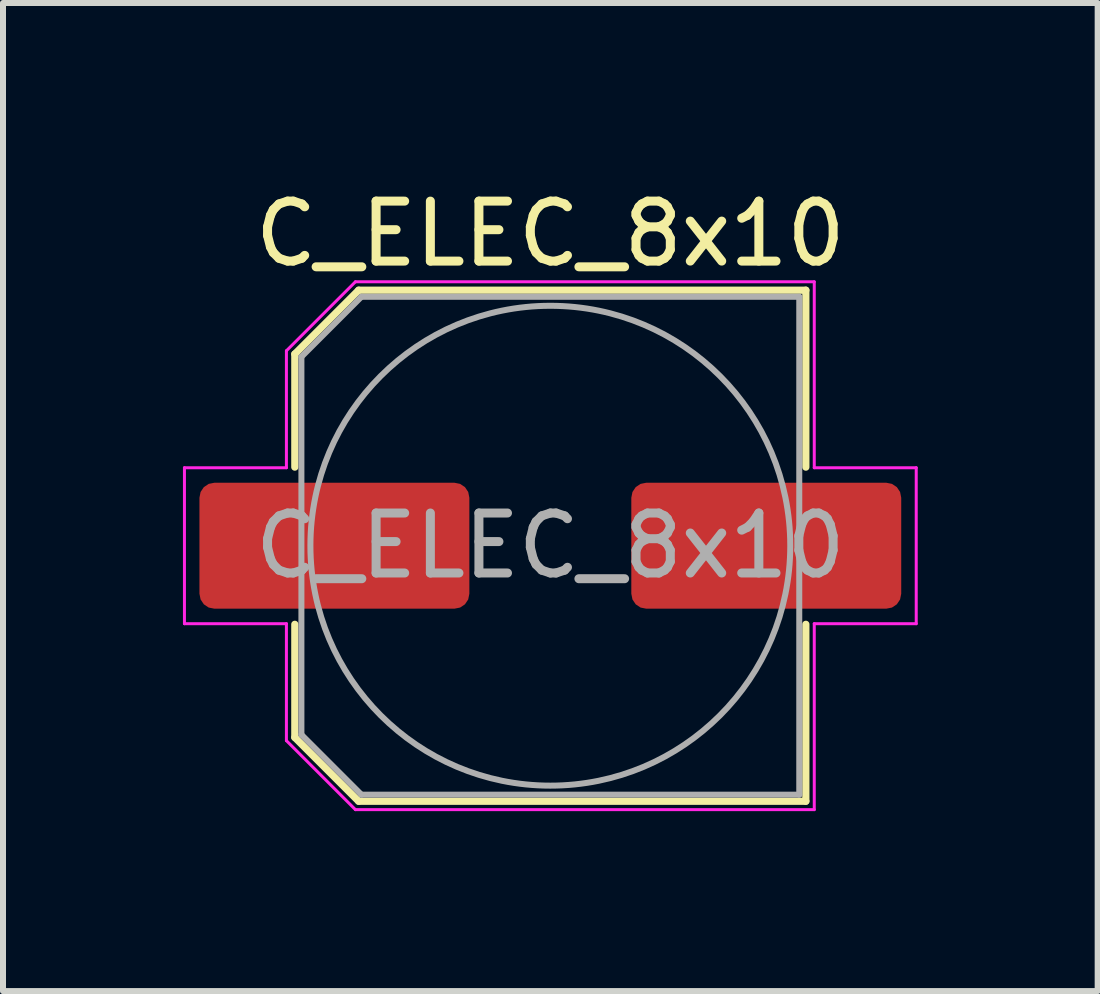
<source format=kicad_pcb>
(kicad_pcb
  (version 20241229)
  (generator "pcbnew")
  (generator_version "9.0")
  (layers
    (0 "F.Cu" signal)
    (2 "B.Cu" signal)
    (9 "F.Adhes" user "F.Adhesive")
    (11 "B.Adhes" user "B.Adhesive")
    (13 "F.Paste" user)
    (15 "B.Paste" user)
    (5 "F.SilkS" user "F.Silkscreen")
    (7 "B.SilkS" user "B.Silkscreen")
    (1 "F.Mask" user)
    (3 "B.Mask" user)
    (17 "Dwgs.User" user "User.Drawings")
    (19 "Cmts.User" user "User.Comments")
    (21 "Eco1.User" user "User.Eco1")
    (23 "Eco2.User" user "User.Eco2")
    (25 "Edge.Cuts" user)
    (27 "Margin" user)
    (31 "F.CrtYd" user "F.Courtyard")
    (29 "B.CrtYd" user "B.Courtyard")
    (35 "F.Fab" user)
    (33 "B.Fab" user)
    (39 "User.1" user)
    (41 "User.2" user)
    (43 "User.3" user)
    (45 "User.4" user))
  (footprint "C_ELEC_8x10"
    (layer "F.Cu")
    (at 6.125 6.048)
    (property "Reference" "C_ELEC_8x10" (at 0 -5.2 0) (layer "F.SilkS") (effects (font (size 1 1) (thickness 0.15))))
    (attr smd)
    (fp_line (start -4.26 -3.196) (end -4.26 -1.31) (stroke (width 0.12) (type solid)) (layer "F.SilkS"))
    (fp_line (start -4.26 -3.196) (end -3.196 -4.26) (stroke (width 0.12) (type solid)) (layer "F.SilkS"))
    (fp_line (start -4.26 3.196) (end -4.26 1.31) (stroke (width 0.12) (type solid)) (layer "F.SilkS"))
    (fp_line (start -4.26 3.196) (end -3.196 4.26) (stroke (width 0.12) (type solid)) (layer "F.SilkS"))
    (fp_line (start -3.196 -4.26) (end 4.26 -4.26) (stroke (width 0.12) (type solid)) (layer "F.SilkS"))
    (fp_line (start -3.196 4.26) (end 4.26 4.26) (stroke (width 0.12) (type solid)) (layer "F.SilkS"))
    (fp_line (start 4.26 -4.26) (end 4.26 -1.31) (stroke (width 0.12) (type solid)) (layer "F.SilkS"))
    (fp_line (start 4.26 4.26) (end 4.26 1.31) (stroke (width 0.12) (type solid)) (layer "F.SilkS"))
    (fp_line (start -6.1 -1.3) (end -6.1 1.3) (stroke (width 0.05) (type solid)) (layer "F.CrtYd"))
    (fp_line (start -6.1 1.3) (end -4.4 1.3) (stroke (width 0.05) (type solid)) (layer "F.CrtYd"))
    (fp_line (start -4.4 -3.25) (end -4.4 -1.3) (stroke (width 0.05) (type solid)) (layer "F.CrtYd"))
    (fp_line (start -4.4 -3.25) (end -3.25 -4.4) (stroke (width 0.05) (type solid)) (layer "F.CrtYd"))
    (fp_line (start -4.4 -1.3) (end -6.1 -1.3) (stroke (width 0.05) (type solid)) (layer "F.CrtYd"))
    (fp_line (start -4.4 1.3) (end -4.4 3.25) (stroke (width 0.05) (type solid)) (layer "F.CrtYd"))
    (fp_line (start -4.4 3.25) (end -3.25 4.4) (stroke (width 0.05) (type solid)) (layer "F.CrtYd"))
    (fp_line (start -3.25 -4.4) (end 4.4 -4.4) (stroke (width 0.05) (type solid)) (layer "F.CrtYd"))
    (fp_line (start -3.25 4.4) (end 4.4 4.4) (stroke (width 0.05) (type solid)) (layer "F.CrtYd"))
    (fp_line (start 4.4 -4.4) (end 4.4 -1.3) (stroke (width 0.05) (type solid)) (layer "F.CrtYd"))
    (fp_line (start 4.4 -1.3) (end 6.1 -1.3) (stroke (width 0.05) (type solid)) (layer "F.CrtYd"))
    (fp_line (start 4.4 1.3) (end 4.4 4.4) (stroke (width 0.05) (type solid)) (layer "F.CrtYd"))
    (fp_line (start 6.1 -1.3) (end 6.1 1.3) (stroke (width 0.05) (type solid)) (layer "F.CrtYd"))
    (fp_line (start 6.1 1.3) (end 4.4 1.3) (stroke (width 0.05) (type solid)) (layer "F.CrtYd"))
    (fp_line (start -4.15 -3.15) (end -4.15 3.15) (stroke (width 0.1) (type solid)) (layer "F.Fab"))
    (fp_line (start -4.15 -3.15) (end -3.15 -4.15) (stroke (width 0.1) (type solid)) (layer "F.Fab"))
    (fp_line (start -4.15 3.15) (end -3.15 4.15) (stroke (width 0.1) (type solid)) (layer "F.Fab"))
    (fp_line (start -3.15 -4.15) (end 4.15 -4.15) (stroke (width 0.1) (type solid)) (layer "F.Fab"))
    (fp_line (start -3.15 4.15) (end 4.15 4.15) (stroke (width 0.1) (type solid)) (layer "F.Fab"))
    (fp_line (start 4.15 -4.15) (end 4.15 4.15) (stroke (width 0.1) (type solid)) (layer "F.Fab"))
    (fp_circle (center 0 0) (end 4 0) (stroke (width 0.1) (type solid)) (fill no) (layer "F.Fab"))
    (fp_text user "${REFERENCE}" (at 0 0 0) (layer "F.Fab") (effects (font (size 1 1) (thickness 0.15))))
    (pad "1" smd roundrect (at -3.6 0) (size 4.5 2.1) (layers "F.Cu" "F.Mask" "F.Paste") (roundrect_rratio 0.119))
    (pad "2" smd roundrect (at 3.6 0) (size 4.5 2.1) (layers "F.Cu" "F.Mask" "F.Paste") (roundrect_rratio 0.119)))
  (gr_rect
    (start -3 -3)
    (end 15.25 13.473)
    (stroke (width 0.1) (type default))
    (fill no)
    (layer "Edge.Cuts")))
</source>
